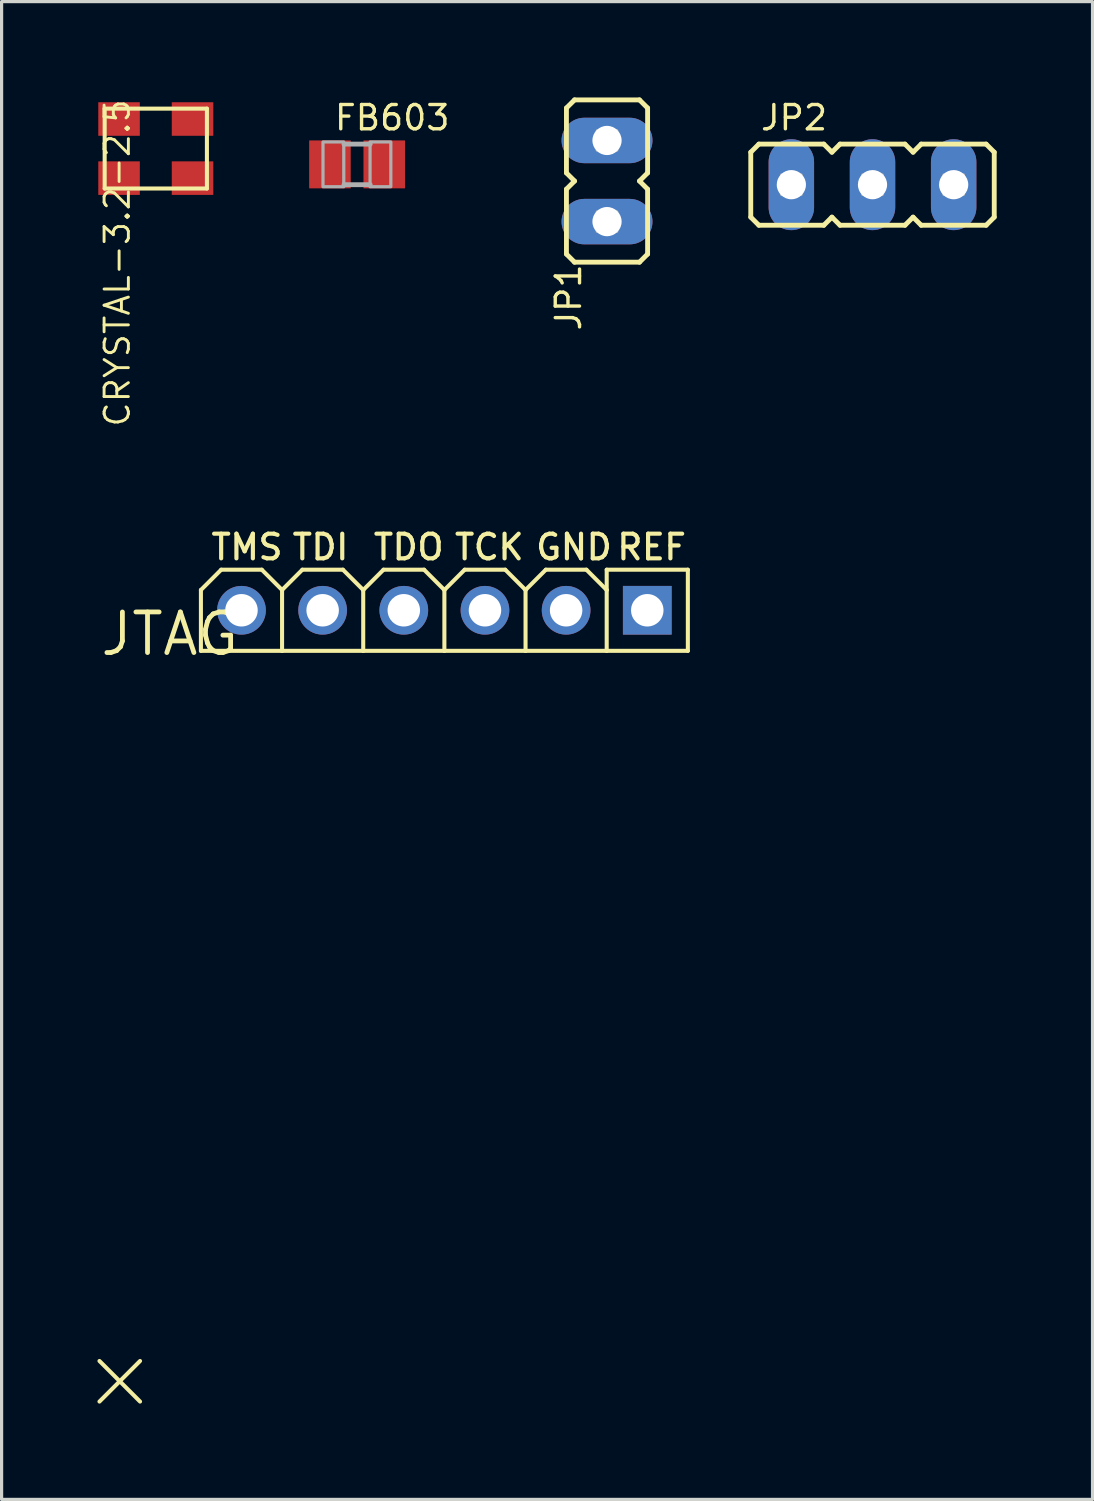
<source format=kicad_pcb>
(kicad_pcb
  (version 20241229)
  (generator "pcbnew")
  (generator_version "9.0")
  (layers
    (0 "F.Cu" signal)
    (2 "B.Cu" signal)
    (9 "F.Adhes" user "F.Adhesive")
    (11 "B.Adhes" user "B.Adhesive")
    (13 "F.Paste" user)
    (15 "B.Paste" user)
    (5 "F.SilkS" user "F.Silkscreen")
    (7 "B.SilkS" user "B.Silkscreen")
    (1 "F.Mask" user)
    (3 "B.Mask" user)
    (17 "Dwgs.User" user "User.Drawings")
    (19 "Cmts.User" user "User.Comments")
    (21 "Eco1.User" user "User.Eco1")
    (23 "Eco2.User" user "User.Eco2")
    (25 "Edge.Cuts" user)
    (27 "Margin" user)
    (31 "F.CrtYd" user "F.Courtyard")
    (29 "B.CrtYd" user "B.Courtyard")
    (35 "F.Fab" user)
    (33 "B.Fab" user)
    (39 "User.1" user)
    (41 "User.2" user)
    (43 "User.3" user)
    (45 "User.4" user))
  (footprint "CRYSTAL-3.2-2.5"
    (layer "F.Cu")
    (at 1.826 1.6)
    (property "Reference" "CRYSTAL-3.2-2.5" (at -1.65 -1.6 90) (layer "F.SilkS") (effects (font (size 0.76 0.76) (thickness 0.091)) (justify right top)))
    (attr through_hole)
    (fp_line (start -1.6 -1.25) (end 1.6 -1.25) (stroke (width 0.127) (type solid)) (layer "F.SilkS"))
    (fp_line (start -1.6 1.25) (end -1.6 -1.25) (stroke (width 0.127) (type solid)) (layer "F.SilkS"))
    (fp_line (start 1.6 -1.25) (end 1.6 1.25) (stroke (width 0.127) (type solid)) (layer "F.SilkS"))
    (fp_line (start 1.6 1.25) (end -1.6 1.25) (stroke (width 0.127) (type solid)) (layer "F.SilkS"))
    (pad "1" smd rect (at -1.15 0.925 90) (size 1.05 1.3) (layers "F.Cu" "F.Mask" "F.Paste"))
    (pad "2" smd rect (at 1.15 0.925 90) (size 1.05 1.3) (layers "F.Cu" "F.Mask" "F.Paste"))
    (pad "3" smd rect (at 1.15 -0.925 90) (size 1.05 1.3) (layers "F.Cu" "F.Mask" "F.Paste"))
    (pad "4" smd rect (at -1.15 -0.925 90) (size 1.05 1.3) (layers "F.Cu" "F.Mask" "F.Paste")))
  (footprint "JP2"
    (layer "F.Cu")
    (at 24.257 2.73)
    (property "Reference" "JP2" (at -3.556 -1.651 0) (layer "F.SilkS") (effects (font (size 0.76 0.76) (thickness 0.106)) (justify left bottom)))
    (attr through_hole)
    (fp_line (start -3.81 -1.016) (end -3.556 -1.27) (stroke (width 0.152) (type solid)) (layer "F.SilkS"))
    (fp_line (start -3.81 1.016) (end -3.81 -1.016) (stroke (width 0.152) (type solid)) (layer "F.SilkS"))
    (fp_line (start -3.81 1.016) (end -3.556 1.27) (stroke (width 0.152) (type solid)) (layer "F.SilkS"))
    (fp_line (start -1.524 -1.27) (end -3.556 -1.27) (stroke (width 0.152) (type solid)) (layer "F.SilkS"))
    (fp_line (start -1.524 -1.27) (end -1.27 -1.016) (stroke (width 0.152) (type solid)) (layer "F.SilkS"))
    (fp_line (start -1.524 1.27) (end -3.556 1.27) (stroke (width 0.152) (type solid)) (layer "F.SilkS"))
    (fp_line (start -1.524 1.27) (end -1.27 1.016) (stroke (width 0.152) (type solid)) (layer "F.SilkS"))
    (fp_line (start -1.27 -1.016) (end -1.016 -1.27) (stroke (width 0.152) (type solid)) (layer "F.SilkS"))
    (fp_line (start -1.27 1.016) (end -1.016 1.27) (stroke (width 0.152) (type solid)) (layer "F.SilkS"))
    (fp_line (start 1.016 -1.27) (end -1.016 -1.27) (stroke (width 0.152) (type solid)) (layer "F.SilkS"))
    (fp_line (start 1.016 -1.27) (end 1.27 -1.016) (stroke (width 0.152) (type solid)) (layer "F.SilkS"))
    (fp_line (start 1.016 1.27) (end -1.016 1.27) (stroke (width 0.152) (type solid)) (layer "F.SilkS"))
    (fp_line (start 1.016 1.27) (end 1.27 1.016) (stroke (width 0.152) (type solid)) (layer "F.SilkS"))
    (fp_line (start 1.27 -1.016) (end 1.524 -1.27) (stroke (width 0.152) (type solid)) (layer "F.SilkS"))
    (fp_line (start 1.27 1.016) (end 1.524 1.27) (stroke (width 0.152) (type solid)) (layer "F.SilkS"))
    (fp_line (start 3.556 -1.27) (end 1.524 -1.27) (stroke (width 0.152) (type solid)) (layer "F.SilkS"))
    (fp_line (start 3.556 -1.27) (end 3.81 -1.016) (stroke (width 0.152) (type solid)) (layer "F.SilkS"))
    (fp_line (start 3.556 1.27) (end 1.524 1.27) (stroke (width 0.152) (type solid)) (layer "F.SilkS"))
    (fp_line (start 3.556 1.27) (end 3.81 1.016) (stroke (width 0.152) (type solid)) (layer "F.SilkS"))
    (fp_line (start 3.81 -1.016) (end 3.81 1.016) (stroke (width 0.152) (type solid)) (layer "F.SilkS"))
    (fp_poly (pts (xy -2.845 0.305) (xy -2.235 0.305) (xy -2.235 -0.305) (xy -2.845 -0.305)) (stroke (width 0.1) (type solid)) (fill no) (layer "F.Fab"))
    (fp_poly (pts (xy -0.305 0.305) (xy 0.305 0.305) (xy 0.305 -0.305) (xy -0.305 -0.305)) (stroke (width 0.1) (type solid)) (fill no) (layer "F.Fab"))
    (fp_poly (pts (xy 2.235 0.305) (xy 2.845 0.305) (xy 2.845 -0.305) (xy 2.235 -0.305)) (stroke (width 0.1) (type solid)) (fill no) (layer "F.Fab"))
    (pad "1" thru_hole oval (at -2.54 0 90) (size 2.845 1.422) (drill 0.914) (layers "*.Cu" "*.Mask"))
    (pad "2" thru_hole oval (at 0 0 90) (size 2.845 1.422) (drill 0.914) (layers "*.Cu" "*.Mask"))
    (pad "3" thru_hole oval (at 2.54 0 90) (size 2.845 1.422) (drill 0.914) (layers "*.Cu" "*.Mask")))
  (footprint "JP1"
    (layer "F.Cu")
    (at 15.948 2.616)
    (property "Reference" "JP1" (at -1.651 2.54 90) (layer "F.SilkS") (effects (font (size 0.76 0.76) (thickness 0.106)) (justify right top)))
    (attr through_hole)
    (fp_line (start -1.27 -2.286) (end -1.27 -0.254) (stroke (width 0.152) (type solid)) (layer "F.SilkS"))
    (fp_line (start -1.27 -2.286) (end -1.016 -2.54) (stroke (width 0.152) (type solid)) (layer "F.SilkS"))
    (fp_line (start -1.27 0.254) (end -1.27 2.286) (stroke (width 0.152) (type solid)) (layer "F.SilkS"))
    (fp_line (start -1.016 0) (end -1.27 -0.254) (stroke (width 0.152) (type solid)) (layer "F.SilkS"))
    (fp_line (start -1.016 0) (end -1.27 0.254) (stroke (width 0.152) (type solid)) (layer "F.SilkS"))
    (fp_line (start -1.016 2.54) (end -1.27 2.286) (stroke (width 0.152) (type solid)) (layer "F.SilkS"))
    (fp_line (start -1.016 2.54) (end 1.016 2.54) (stroke (width 0.152) (type solid)) (layer "F.SilkS"))
    (fp_line (start 1.016 -2.54) (end -1.016 -2.54) (stroke (width 0.152) (type solid)) (layer "F.SilkS"))
    (fp_line (start 1.016 0) (end 1.27 -0.254) (stroke (width 0.152) (type solid)) (layer "F.SilkS"))
    (fp_line (start 1.016 0) (end 1.27 0.254) (stroke (width 0.152) (type solid)) (layer "F.SilkS"))
    (fp_line (start 1.016 2.54) (end 1.27 2.286) (stroke (width 0.152) (type solid)) (layer "F.SilkS"))
    (fp_line (start 1.27 -2.286) (end 1.016 -2.54) (stroke (width 0.152) (type solid)) (layer "F.SilkS"))
    (fp_line (start 1.27 -2.286) (end 1.27 -0.254) (stroke (width 0.152) (type solid)) (layer "F.SilkS"))
    (fp_line (start 1.27 0.254) (end 1.27 2.286) (stroke (width 0.152) (type solid)) (layer "F.SilkS"))
    (fp_poly (pts (xy -0.305 -0.965) (xy 0.305 -0.965) (xy 0.305 -1.575) (xy -0.305 -1.575)) (stroke (width 0.1) (type solid)) (fill no) (layer "F.Fab"))
    (fp_poly (pts (xy -0.305 1.575) (xy 0.305 1.575) (xy 0.305 0.965) (xy -0.305 0.965)) (stroke (width 0.1) (type solid)) (fill no) (layer "F.Fab"))
    (pad "1" thru_hole oval (at 0 1.27) (size 2.845 1.422) (drill 0.914) (layers "*.Cu" "*.Mask"))
    (pad "2" thru_hole oval (at 0 -1.27) (size 2.845 1.422) (drill 0.914) (layers "*.Cu" "*.Mask")))
  (footprint "FB603"
    (layer "F.Cu")
    (at 8.126 2.095)
    (property "Reference" "FB603" (at -0.762 -1.016 0) (layer "F.SilkS") (effects (font (size 0.76 0.76) (thickness 0.106)) (justify left bottom)))
    (attr through_hole)
    (fp_line (start -0.41 -0.635) (end 0.41 -0.635) (stroke (width 0.152) (type solid)) (layer "F.Fab"))
    (fp_line (start -0.41 0.635) (end 0.41 0.635) (stroke (width 0.152) (type solid)) (layer "F.Fab"))
    (fp_poly (pts (xy -1.067 0.699) (xy -0.417 0.699) (xy -0.417 -0.702) (xy -1.067 -0.702)) (stroke (width 0.1) (type solid)) (fill no) (layer "F.Fab"))
    (fp_poly (pts (xy 0.406 0.699) (xy 1.056 0.699) (xy 1.056 -0.702) (xy 0.406 -0.702)) (stroke (width 0.1) (type solid)) (fill no) (layer "F.Fab"))
    (pad "1" smd rect (at -0.85 0) (size 1.3 1.5) (layers "F.Cu" "F.Mask" "F.Paste"))
    (pad "2" smd rect (at 0.85 0) (size 1.3 1.5) (layers "F.Cu" "F.Mask" "F.Paste")))
  (footprint "JTAG"
    (layer "F.Cu")
    (at 4.508 16.05)
    (property "Reference" "JTAG" (at 0 0 0) (layer "F.SilkS") (effects (font (size 1.27 1.27) (thickness 0.15)) (justify right top)))
    (attr through_hole)
    (fp_line (start -4.445 23.495) (end -3.81 24.13) (stroke (width 0.127) (type solid)) (layer "F.SilkS"))
    (fp_line (start -3.81 24.13) (end -4.445 24.765) (stroke (width 0.127) (type solid)) (layer "F.SilkS"))
    (fp_line (start -3.81 24.13) (end -3.175 23.495) (stroke (width 0.127) (type solid)) (layer "F.SilkS"))
    (fp_line (start -3.81 24.13) (end -3.175 24.765) (stroke (width 0.127) (type solid)) (layer "F.SilkS"))
    (fp_line (start -1.27 -0.635) (end -0.635 -1.27) (stroke (width 0.127) (type solid)) (layer "F.SilkS"))
    (fp_line (start -1.27 1.27) (end -1.27 -0.635) (stroke (width 0.127) (type solid)) (layer "F.SilkS"))
    (fp_line (start -0.635 -1.27) (end 0.635 -1.27) (stroke (width 0.127) (type solid)) (layer "F.SilkS"))
    (fp_line (start 0.635 -1.27) (end 1.27 -0.635) (stroke (width 0.127) (type solid)) (layer "F.SilkS"))
    (fp_line (start 1.27 -0.635) (end 1.905 -1.27) (stroke (width 0.127) (type solid)) (layer "F.SilkS"))
    (fp_line (start 1.27 1.27) (end -1.27 1.27) (stroke (width 0.127) (type solid)) (layer "F.SilkS"))
    (fp_line (start 1.27 1.27) (end 1.27 -0.635) (stroke (width 0.127) (type solid)) (layer "F.SilkS"))
    (fp_line (start 1.905 -1.27) (end 3.175 -1.27) (stroke (width 0.127) (type solid)) (layer "F.SilkS"))
    (fp_line (start 3.175 -1.27) (end 3.81 -0.635) (stroke (width 0.127) (type solid)) (layer "F.SilkS"))
    (fp_line (start 3.81 -0.635) (end 4.445 -1.27) (stroke (width 0.127) (type solid)) (layer "F.SilkS"))
    (fp_line (start 3.81 1.27) (end 1.27 1.27) (stroke (width 0.127) (type solid)) (layer "F.SilkS"))
    (fp_line (start 3.81 1.27) (end 3.81 -0.635) (stroke (width 0.127) (type solid)) (layer "F.SilkS"))
    (fp_line (start 4.445 -1.27) (end 5.715 -1.27) (stroke (width 0.127) (type solid)) (layer "F.SilkS"))
    (fp_line (start 6.35 -0.635) (end 5.715 -1.27) (stroke (width 0.127) (type solid)) (layer "F.SilkS"))
    (fp_line (start 6.35 -0.635) (end 6.985 -1.27) (stroke (width 0.127) (type solid)) (layer "F.SilkS"))
    (fp_line (start 6.35 1.27) (end 3.81 1.27) (stroke (width 0.127) (type solid)) (layer "F.SilkS"))
    (fp_line (start 6.35 1.27) (end 6.35 -0.635) (stroke (width 0.127) (type solid)) (layer "F.SilkS"))
    (fp_line (start 6.985 -1.27) (end 8.255 -1.27) (stroke (width 0.127) (type solid)) (layer "F.SilkS"))
    (fp_line (start 8.255 -1.27) (end 8.89 -0.635) (stroke (width 0.127) (type solid)) (layer "F.SilkS"))
    (fp_line (start 8.89 -0.635) (end 9.525 -1.27) (stroke (width 0.127) (type solid)) (layer "F.SilkS"))
    (fp_line (start 8.89 1.27) (end 6.35 1.27) (stroke (width 0.127) (type solid)) (layer "F.SilkS"))
    (fp_line (start 8.89 1.27) (end 8.89 -0.635) (stroke (width 0.127) (type solid)) (layer "F.SilkS"))
    (fp_line (start 9.525 -1.27) (end 10.795 -1.27) (stroke (width 0.127) (type solid)) (layer "F.SilkS"))
    (fp_line (start 10.795 -1.27) (end 11.43 -0.635) (stroke (width 0.127) (type solid)) (layer "F.SilkS"))
    (fp_line (start 11.43 -1.27) (end 13.97 -1.27) (stroke (width 0.127) (type solid)) (layer "F.SilkS"))
    (fp_line (start 11.43 -0.635) (end 11.43 -1.27) (stroke (width 0.127) (type solid)) (layer "F.SilkS"))
    (fp_line (start 11.43 1.27) (end 8.89 1.27) (stroke (width 0.127) (type solid)) (layer "F.SilkS"))
    (fp_line (start 11.43 1.27) (end 11.43 -0.635) (stroke (width 0.127) (type solid)) (layer "F.SilkS"))
    (fp_line (start 13.97 1.27) (end 11.43 1.27) (stroke (width 0.127) (type solid)) (layer "F.SilkS"))
    (fp_line (start 13.97 1.27) (end 13.97 -1.27) (stroke (width 0.127) (type solid)) (layer "F.SilkS"))
    (fp_poly (pts (xy -0.254 0.254) (xy 0.254 0.254) (xy 0.254 -0.254) (xy -0.254 -0.254)) (stroke (width 0.1) (type solid)) (fill no) (layer "F.Fab"))
    (fp_poly (pts (xy 2.286 0.254) (xy 2.794 0.254) (xy 2.794 -0.254) (xy 2.286 -0.254)) (stroke (width 0.1) (type solid)) (fill no) (layer "F.Fab"))
    (fp_poly (pts (xy 4.826 0.254) (xy 5.334 0.254) (xy 5.334 -0.254) (xy 4.826 -0.254)) (stroke (width 0.1) (type solid)) (fill no) (layer "F.Fab"))
    (fp_poly (pts (xy 7.366 0.254) (xy 7.874 0.254) (xy 7.874 -0.254) (xy 7.366 -0.254)) (stroke (width 0.1) (type solid)) (fill no) (layer "F.Fab"))
    (fp_poly (pts (xy 9.906 0.254) (xy 10.414 0.254) (xy 10.414 -0.254) (xy 9.906 -0.254)) (stroke (width 0.1) (type solid)) (fill no) (layer "F.Fab"))
    (fp_poly (pts (xy 12.446 0.254) (xy 12.954 0.254) (xy 12.954 -0.254) (xy 12.446 -0.254)) (stroke (width 0.1) (type solid)) (fill no) (layer "F.Fab"))
    (fp_text user "TDI" (at 1.524 -1.524 0) (layer "F.SilkS") (effects (font (size 0.772 0.772) (thickness 0.13)) (justify left bottom)))
    (fp_text user "TDO" (at 4.064 -1.524 0) (layer "F.SilkS") (effects (font (size 0.772 0.772) (thickness 0.13)) (justify left bottom)))
    (fp_text user "TCK" (at 6.604 -1.524 0) (layer "F.SilkS") (effects (font (size 0.772 0.772) (thickness 0.13)) (justify left bottom)))
    (fp_text user "TMS" (at -1.016 -1.524 0) (layer "F.SilkS") (effects (font (size 0.772 0.772) (thickness 0.13)) (justify left bottom)))
    (fp_text user "GND" (at 9.144 -1.524 0) (layer "F.SilkS") (effects (font (size 0.772 0.772) (thickness 0.13)) (justify left bottom)))
    (fp_text user "REF" (at 11.684 -1.524 0) (layer "F.SilkS") (effects (font (size 0.772 0.772) (thickness 0.13)) (justify left bottom)))
    (pad "JTAG_GND" thru_hole circle (at 10.16 0 180) (size 1.524 1.524) (drill 1.016) (layers "*.Cu" "*.Mask"))
    (pad "JTAG_REF" thru_hole rect (at 12.7 0 180) (size 1.524 1.524) (drill 1.016) (layers "*.Cu" "*.Mask"))
    (pad "JTAG_TCK" thru_hole circle (at 7.62 0 180) (size 1.524 1.524) (drill 1.016) (layers "*.Cu" "*.Mask"))
    (pad "JTAG_TDI" thru_hole circle (at 2.54 0 180) (size 1.524 1.524) (drill 1.016) (layers "*.Cu" "*.Mask"))
    (pad "JTAG_TDO" thru_hole circle (at 5.08 0 180) (size 1.524 1.524) (drill 1.016) (layers "*.Cu" "*.Mask"))
    (pad "JTAG_TMS" thru_hole circle (at 0 0 180) (size 1.524 1.524) (drill 1.016) (layers "*.Cu" "*.Mask")))
  (gr_rect
    (start -3 -3)
    (end 31.143 43.878)
    (stroke (width 0.1) (type default))
    (fill no)
    (layer "Edge.Cuts")))
</source>
